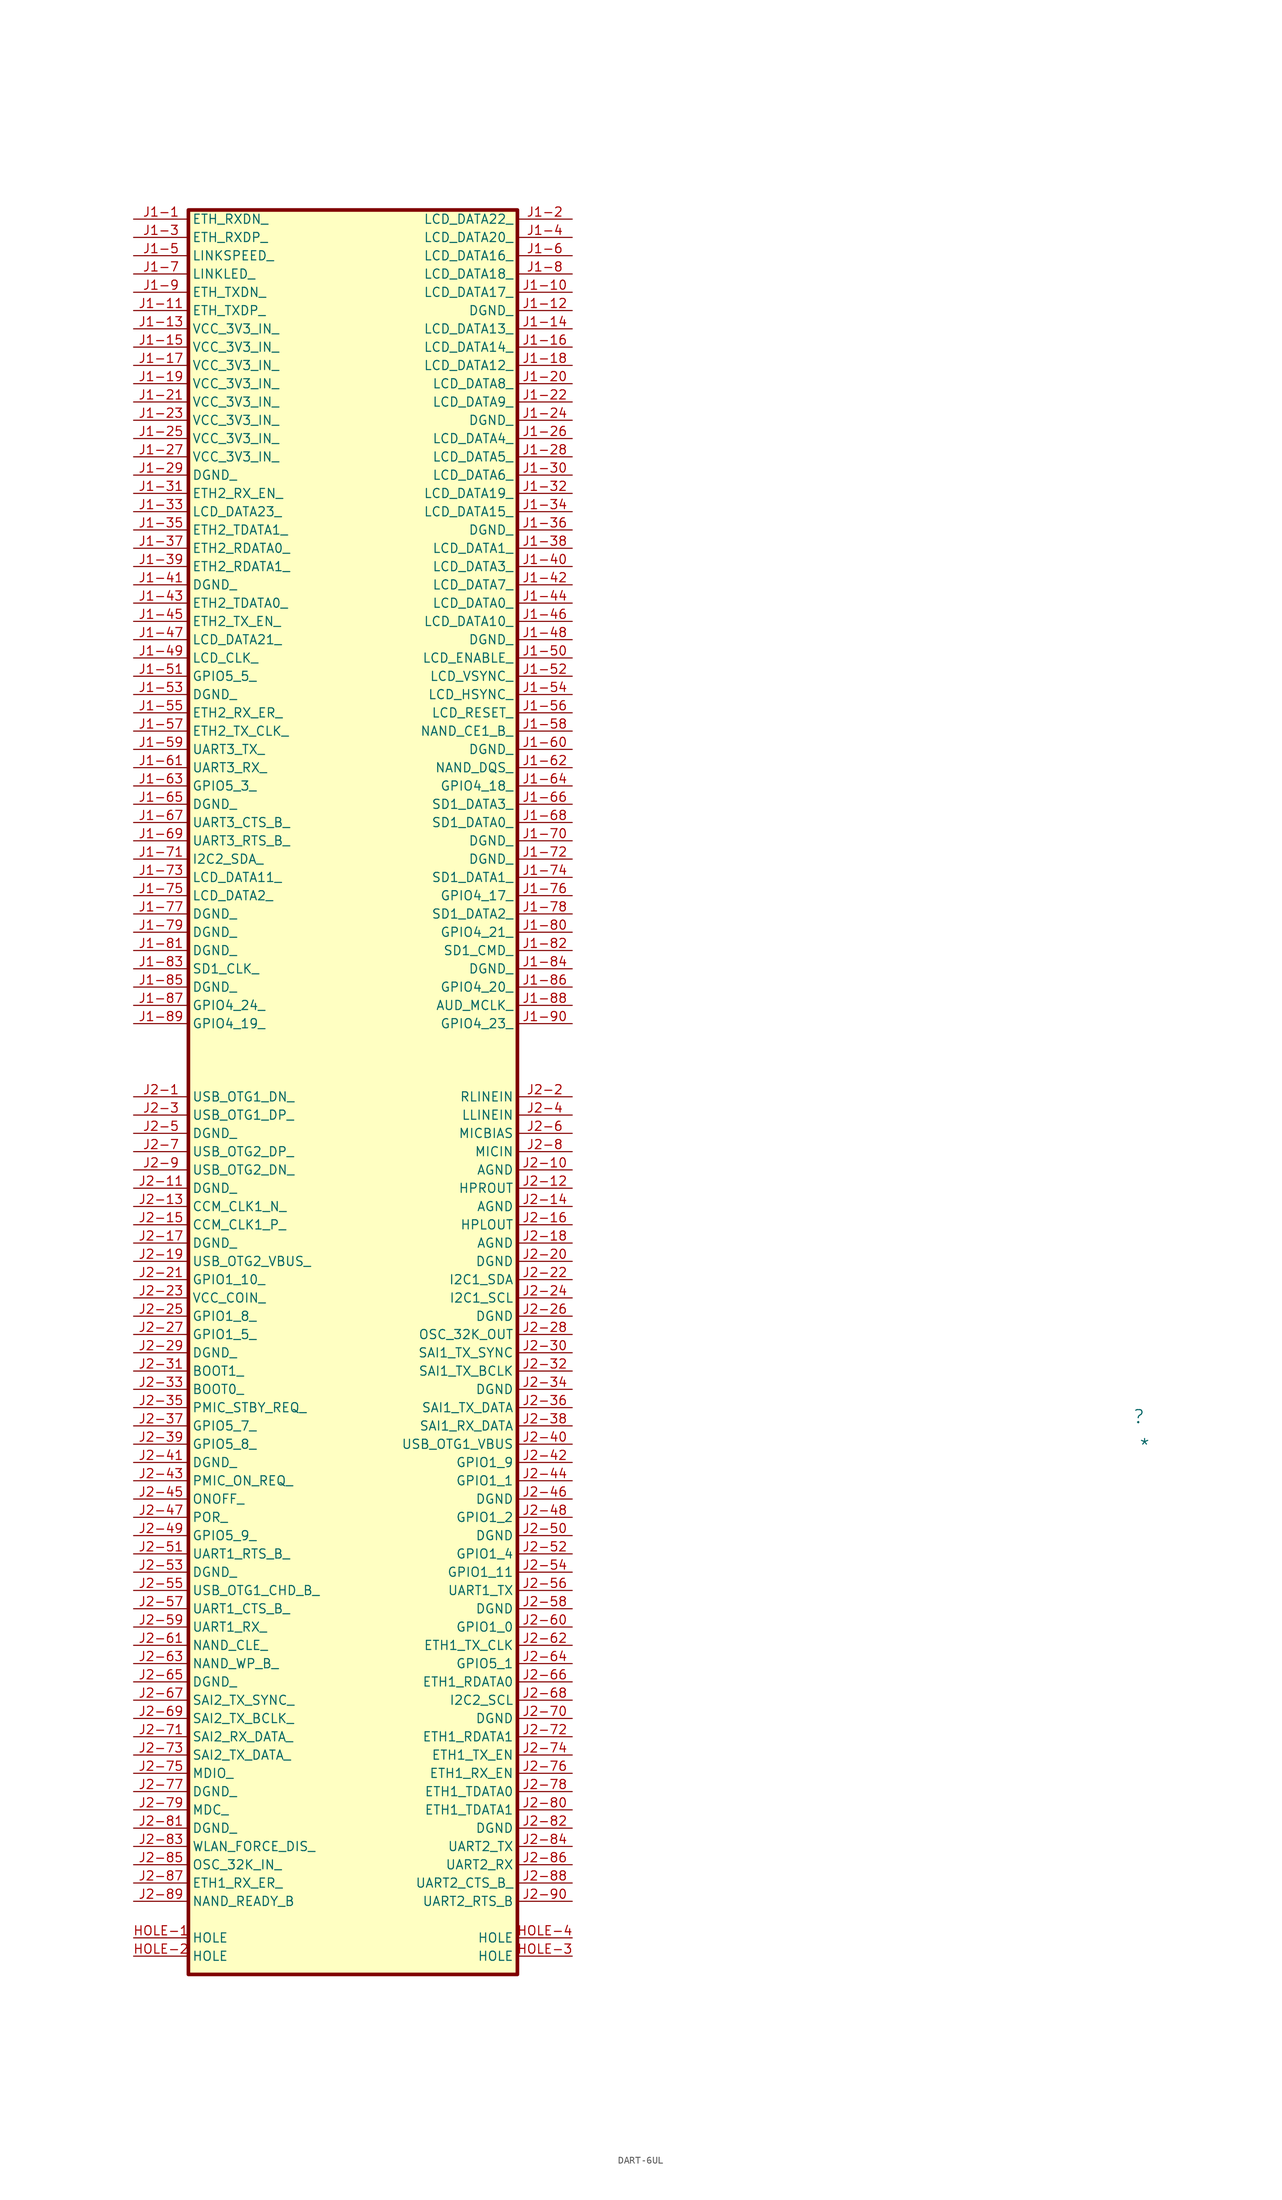
<source format=kicad_sym>
(kicad_symbol_lib
  (version 20241209)
  (generator "kicad_symbol_editor")
  (generator_version "9.0")
  (symbol "DART-6UL"
    (property "Reference" ""
      (at 7.62 1.27 0)
      (effects (font (size 1.829 1.829))))
    (property "Value" "*"
      (at 7.62 -3.81 0)
      (effects (font (size 1.829 1.829)) (justify left bottom)))
    (symbol "DART-6UL_1_0"
      (rectangle (start -78.74 168.91) (end -124.46 -76.2) (stroke (width 0.508) (type solid) (color 128 0 0 1)) (fill (type background)))
      (pin passive line (at -132.08 167.64 0) (length 7.62) (name "ETH_RXDN_" (effects (font (size 1.27 1.27)))) (number "J1-1" (effects (font (size 1.27 1.27)))))
      (pin passive line (at -132.08 165.1 0) (length 7.62) (name "ETH_RXDP_" (effects (font (size 1.27 1.27)))) (number "J1-3" (effects (font (size 1.27 1.27)))))
      (pin passive line (at -132.08 162.56 0) (length 7.62) (name "LINKSPEED_" (effects (font (size 1.27 1.27)))) (number "J1-5" (effects (font (size 1.27 1.27)))))
      (pin passive line (at -132.08 160.02 0) (length 7.62) (name "LINKLED_" (effects (font (size 1.27 1.27)))) (number "J1-7" (effects (font (size 1.27 1.27)))))
      (pin passive line (at -132.08 157.48 0) (length 7.62) (name "ETH_TXDN_" (effects (font (size 1.27 1.27)))) (number "J1-9" (effects (font (size 1.27 1.27)))))
      (pin passive line (at -132.08 154.94 0) (length 7.62) (name "ETH_TXDP_" (effects (font (size 1.27 1.27)))) (number "J1-11" (effects (font (size 1.27 1.27)))))
      (pin passive line (at -132.08 152.4 0) (length 7.62) (name "VCC_3V3_IN_" (effects (font (size 1.27 1.27)))) (number "J1-13" (effects (font (size 1.27 1.27)))))
      (pin passive line (at -132.08 149.86 0) (length 7.62) (name "VCC_3V3_IN_" (effects (font (size 1.27 1.27)))) (number "J1-15" (effects (font (size 1.27 1.27)))))
      (pin passive line (at -132.08 147.32 0) (length 7.62) (name "VCC_3V3_IN_" (effects (font (size 1.27 1.27)))) (number "J1-17" (effects (font (size 1.27 1.27)))))
      (pin passive line (at -132.08 144.78 0) (length 7.62) (name "VCC_3V3_IN_" (effects (font (size 1.27 1.27)))) (number "J1-19" (effects (font (size 1.27 1.27)))))
      (pin passive line (at -132.08 142.24 0) (length 7.62) (name "VCC_3V3_IN_" (effects (font (size 1.27 1.27)))) (number "J1-21" (effects (font (size 1.27 1.27)))))
      (pin passive line (at -132.08 139.7 0) (length 7.62) (name "VCC_3V3_IN_" (effects (font (size 1.27 1.27)))) (number "J1-23" (effects (font (size 1.27 1.27)))))
      (pin passive line (at -132.08 137.16 0) (length 7.62) (name "VCC_3V3_IN_" (effects (font (size 1.27 1.27)))) (number "J1-25" (effects (font (size 1.27 1.27)))))
      (pin passive line (at -132.08 134.62 0) (length 7.62) (name "VCC_3V3_IN_" (effects (font (size 1.27 1.27)))) (number "J1-27" (effects (font (size 1.27 1.27)))))
      (pin passive line (at -132.08 132.08 0) (length 7.62) (name "DGND_" (effects (font (size 1.27 1.27)))) (number "J1-29" (effects (font (size 1.27 1.27)))))
      (pin passive line (at -132.08 129.54 0) (length 7.62) (name "ETH2_RX_EN_" (effects (font (size 1.27 1.27)))) (number "J1-31" (effects (font (size 1.27 1.27)))))
      (pin passive line (at -132.08 127 0) (length 7.62) (name "LCD_DATA23_" (effects (font (size 1.27 1.27)))) (number "J1-33" (effects (font (size 1.27 1.27)))))
      (pin passive line (at -132.08 124.46 0) (length 7.62) (name "ETH2_TDATA1_" (effects (font (size 1.27 1.27)))) (number "J1-35" (effects (font (size 1.27 1.27)))))
      (pin passive line (at -132.08 121.92 0) (length 7.62) (name "ETH2_RDATA0_" (effects (font (size 1.27 1.27)))) (number "J1-37" (effects (font (size 1.27 1.27)))))
      (pin passive line (at -132.08 119.38 0) (length 7.62) (name "ETH2_RDATA1_" (effects (font (size 1.27 1.27)))) (number "J1-39" (effects (font (size 1.27 1.27)))))
      (pin passive line (at -132.08 116.84 0) (length 7.62) (name "DGND_" (effects (font (size 1.27 1.27)))) (number "J1-41" (effects (font (size 1.27 1.27)))))
      (pin passive line (at -132.08 114.3 0) (length 7.62) (name "ETH2_TDATA0_" (effects (font (size 1.27 1.27)))) (number "J1-43" (effects (font (size 1.27 1.27)))))
      (pin passive line (at -132.08 111.76 0) (length 7.62) (name "ETH2_TX_EN_" (effects (font (size 1.27 1.27)))) (number "J1-45" (effects (font (size 1.27 1.27)))))
      (pin passive line (at -132.08 109.22 0) (length 7.62) (name "LCD_DATA21_" (effects (font (size 1.27 1.27)))) (number "J1-47" (effects (font (size 1.27 1.27)))))
      (pin passive line (at -132.08 106.68 0) (length 7.62) (name "LCD_CLK_" (effects (font (size 1.27 1.27)))) (number "J1-49" (effects (font (size 1.27 1.27)))))
      (pin passive line (at -132.08 104.14 0) (length 7.62) (name "GPIO5_5_" (effects (font (size 1.27 1.27)))) (number "J1-51" (effects (font (size 1.27 1.27)))))
      (pin passive line (at -132.08 101.6 0) (length 7.62) (name "DGND_" (effects (font (size 1.27 1.27)))) (number "J1-53" (effects (font (size 1.27 1.27)))))
      (pin passive line (at -132.08 99.06 0) (length 7.62) (name "ETH2_RX_ER_" (effects (font (size 1.27 1.27)))) (number "J1-55" (effects (font (size 1.27 1.27)))))
      (pin passive line (at -132.08 96.52 0) (length 7.62) (name "ETH2_TX_CLK_" (effects (font (size 1.27 1.27)))) (number "J1-57" (effects (font (size 1.27 1.27)))))
      (pin passive line (at -132.08 93.98 0) (length 7.62) (name "UART3_TX_" (effects (font (size 1.27 1.27)))) (number "J1-59" (effects (font (size 1.27 1.27)))))
      (pin passive line (at -132.08 91.44 0) (length 7.62) (name "UART3_RX_" (effects (font (size 1.27 1.27)))) (number "J1-61" (effects (font (size 1.27 1.27)))))
      (pin passive line (at -132.08 88.9 0) (length 7.62) (name "GPIO5_3_" (effects (font (size 1.27 1.27)))) (number "J1-63" (effects (font (size 1.27 1.27)))))
      (pin passive line (at -132.08 86.36 0) (length 7.62) (name "DGND_" (effects (font (size 1.27 1.27)))) (number "J1-65" (effects (font (size 1.27 1.27)))))
      (pin passive line (at -132.08 83.82 0) (length 7.62) (name "UART3_CTS_B_" (effects (font (size 1.27 1.27)))) (number "J1-67" (effects (font (size 1.27 1.27)))))
      (pin passive line (at -132.08 81.28 0) (length 7.62) (name "UART3_RTS_B_" (effects (font (size 1.27 1.27)))) (number "J1-69" (effects (font (size 1.27 1.27)))))
      (pin passive line (at -132.08 78.74 0) (length 7.62) (name "I2C2_SDA_" (effects (font (size 1.27 1.27)))) (number "J1-71" (effects (font (size 1.27 1.27)))))
      (pin passive line (at -132.08 76.2 0) (length 7.62) (name "LCD_DATA11_" (effects (font (size 1.27 1.27)))) (number "J1-73" (effects (font (size 1.27 1.27)))))
      (pin passive line (at -132.08 73.66 0) (length 7.62) (name "LCD_DATA2_" (effects (font (size 1.27 1.27)))) (number "J1-75" (effects (font (size 1.27 1.27)))))
      (pin passive line (at -132.08 71.12 0) (length 7.62) (name "DGND_" (effects (font (size 1.27 1.27)))) (number "J1-77" (effects (font (size 1.27 1.27)))))
      (pin passive line (at -132.08 68.58 0) (length 7.62) (name "DGND_" (effects (font (size 1.27 1.27)))) (number "J1-79" (effects (font (size 1.27 1.27)))))
      (pin passive line (at -132.08 66.04 0) (length 7.62) (name "DGND_" (effects (font (size 1.27 1.27)))) (number "J1-81" (effects (font (size 1.27 1.27)))))
      (pin passive line (at -132.08 63.5 0) (length 7.62) (name "SD1_CLK_" (effects (font (size 1.27 1.27)))) (number "J1-83" (effects (font (size 1.27 1.27)))))
      (pin passive line (at -132.08 60.96 0) (length 7.62) (name "DGND_" (effects (font (size 1.27 1.27)))) (number "J1-85" (effects (font (size 1.27 1.27)))))
      (pin passive line (at -132.08 58.42 0) (length 7.62) (name "GPIO4_24_" (effects (font (size 1.27 1.27)))) (number "J1-87" (effects (font (size 1.27 1.27)))))
      (pin passive line (at -132.08 55.88 0) (length 7.62) (name "GPIO4_19_" (effects (font (size 1.27 1.27)))) (number "J1-89" (effects (font (size 1.27 1.27)))))
      (pin passive line (at -132.08 45.72 0) (length 7.62) (name "USB_OTG1_DN_" (effects (font (size 1.27 1.27)))) (number "J2-1" (effects (font (size 1.27 1.27)))))
      (pin passive line (at -132.08 43.18 0) (length 7.62) (name "USB_OTG1_DP_" (effects (font (size 1.27 1.27)))) (number "J2-3" (effects (font (size 1.27 1.27)))))
      (pin passive line (at -132.08 40.64 0) (length 7.62) (name "DGND_" (effects (font (size 1.27 1.27)))) (number "J2-5" (effects (font (size 1.27 1.27)))))
      (pin passive line (at -132.08 38.1 0) (length 7.62) (name "USB_OTG2_DP_" (effects (font (size 1.27 1.27)))) (number "J2-7" (effects (font (size 1.27 1.27)))))
      (pin passive line (at -132.08 35.56 0) (length 7.62) (name "USB_OTG2_DN_" (effects (font (size 1.27 1.27)))) (number "J2-9" (effects (font (size 1.27 1.27)))))
      (pin passive line (at -132.08 33.02 0) (length 7.62) (name "DGND_" (effects (font (size 1.27 1.27)))) (number "J2-11" (effects (font (size 1.27 1.27)))))
      (pin passive line (at -132.08 30.48 0) (length 7.62) (name "CCM_CLK1_N_" (effects (font (size 1.27 1.27)))) (number "J2-13" (effects (font (size 1.27 1.27)))))
      (pin passive line (at -132.08 27.94 0) (length 7.62) (name "CCM_CLK1_P_" (effects (font (size 1.27 1.27)))) (number "J2-15" (effects (font (size 1.27 1.27)))))
      (pin passive line (at -132.08 25.4 0) (length 7.62) (name "DGND_" (effects (font (size 1.27 1.27)))) (number "J2-17" (effects (font (size 1.27 1.27)))))
      (pin passive line (at -132.08 22.86 0) (length 7.62) (name "USB_OTG2_VBUS_" (effects (font (size 1.27 1.27)))) (number "J2-19" (effects (font (size 1.27 1.27)))))
      (pin passive line (at -132.08 20.32 0) (length 7.62) (name "GPIO1_10_" (effects (font (size 1.27 1.27)))) (number "J2-21" (effects (font (size 1.27 1.27)))))
      (pin passive line (at -132.08 17.78 0) (length 7.62) (name "VCC_COIN_" (effects (font (size 1.27 1.27)))) (number "J2-23" (effects (font (size 1.27 1.27)))))
      (pin passive line (at -132.08 15.24 0) (length 7.62) (name "GPIO1_8_" (effects (font (size 1.27 1.27)))) (number "J2-25" (effects (font (size 1.27 1.27)))))
      (pin passive line (at -132.08 12.7 0) (length 7.62) (name "GPIO1_5_" (effects (font (size 1.27 1.27)))) (number "J2-27" (effects (font (size 1.27 1.27)))))
      (pin passive line (at -132.08 10.16 0) (length 7.62) (name "DGND_" (effects (font (size 1.27 1.27)))) (number "J2-29" (effects (font (size 1.27 1.27)))))
      (pin passive line (at -132.08 7.62 0) (length 7.62) (name "BOOT1_" (effects (font (size 1.27 1.27)))) (number "J2-31" (effects (font (size 1.27 1.27)))))
      (pin passive line (at -132.08 5.08 0) (length 7.62) (name "BOOT0_" (effects (font (size 1.27 1.27)))) (number "J2-33" (effects (font (size 1.27 1.27)))))
      (pin passive line (at -132.08 2.54 0) (length 7.62) (name "PMIC_STBY_REQ_" (effects (font (size 1.27 1.27)))) (number "J2-35" (effects (font (size 1.27 1.27)))))
      (pin passive line (at -132.08 0 0) (length 7.62) (name "GPIO5_7_" (effects (font (size 1.27 1.27)))) (number "J2-37" (effects (font (size 1.27 1.27)))))
      (pin passive line (at -132.08 -2.54 0) (length 7.62) (name "GPIO5_8_" (effects (font (size 1.27 1.27)))) (number "J2-39" (effects (font (size 1.27 1.27)))))
      (pin passive line (at -132.08 -5.08 0) (length 7.62) (name "DGND_" (effects (font (size 1.27 1.27)))) (number "J2-41" (effects (font (size 1.27 1.27)))))
      (pin passive line (at -132.08 -7.62 0) (length 7.62) (name "PMIC_ON_REQ_" (effects (font (size 1.27 1.27)))) (number "J2-43" (effects (font (size 1.27 1.27)))))
      (pin passive line (at -132.08 -10.16 0) (length 7.62) (name "ONOFF_" (effects (font (size 1.27 1.27)))) (number "J2-45" (effects (font (size 1.27 1.27)))))
      (pin passive line (at -132.08 -12.7 0) (length 7.62) (name "POR_" (effects (font (size 1.27 1.27)))) (number "J2-47" (effects (font (size 1.27 1.27)))))
      (pin passive line (at -132.08 -15.24 0) (length 7.62) (name "GPIO5_9_" (effects (font (size 1.27 1.27)))) (number "J2-49" (effects (font (size 1.27 1.27)))))
      (pin passive line (at -132.08 -17.78 0) (length 7.62) (name "UART1_RTS_B_" (effects (font (size 1.27 1.27)))) (number "J2-51" (effects (font (size 1.27 1.27)))))
      (pin passive line (at -132.08 -20.32 0) (length 7.62) (name "DGND_" (effects (font (size 1.27 1.27)))) (number "J2-53" (effects (font (size 1.27 1.27)))))
      (pin passive line (at -132.08 -22.86 0) (length 7.62) (name "USB_OTG1_CHD_B_" (effects (font (size 1.27 1.27)))) (number "J2-55" (effects (font (size 1.27 1.27)))))
      (pin passive line (at -132.08 -25.4 0) (length 7.62) (name "UART1_CTS_B_" (effects (font (size 1.27 1.27)))) (number "J2-57" (effects (font (size 1.27 1.27)))))
      (pin passive line (at -132.08 -27.94 0) (length 7.62) (name "UART1_RX_" (effects (font (size 1.27 1.27)))) (number "J2-59" (effects (font (size 1.27 1.27)))))
      (pin passive line (at -132.08 -30.48 0) (length 7.62) (name "NAND_CLE_" (effects (font (size 1.27 1.27)))) (number "J2-61" (effects (font (size 1.27 1.27)))))
      (pin passive line (at -132.08 -33.02 0) (length 7.62) (name "NAND_WP_B_" (effects (font (size 1.27 1.27)))) (number "J2-63" (effects (font (size 1.27 1.27)))))
      (pin passive line (at -132.08 -35.56 0) (length 7.62) (name "DGND_" (effects (font (size 1.27 1.27)))) (number "J2-65" (effects (font (size 1.27 1.27)))))
      (pin passive line (at -132.08 -38.1 0) (length 7.62) (name "SAI2_TX_SYNC_" (effects (font (size 1.27 1.27)))) (number "J2-67" (effects (font (size 1.27 1.27)))))
      (pin passive line (at -132.08 -40.64 0) (length 7.62) (name "SAI2_TX_BCLK_" (effects (font (size 1.27 1.27)))) (number "J2-69" (effects (font (size 1.27 1.27)))))
      (pin passive line (at -132.08 -43.18 0) (length 7.62) (name "SAI2_RX_DATA_" (effects (font (size 1.27 1.27)))) (number "J2-71" (effects (font (size 1.27 1.27)))))
      (pin passive line (at -132.08 -45.72 0) (length 7.62) (name "SAI2_TX_DATA_" (effects (font (size 1.27 1.27)))) (number "J2-73" (effects (font (size 1.27 1.27)))))
      (pin passive line (at -132.08 -48.26 0) (length 7.62) (name "MDIO_" (effects (font (size 1.27 1.27)))) (number "J2-75" (effects (font (size 1.27 1.27)))))
      (pin passive line (at -132.08 -50.8 0) (length 7.62) (name "DGND_" (effects (font (size 1.27 1.27)))) (number "J2-77" (effects (font (size 1.27 1.27)))))
      (pin passive line (at -132.08 -53.34 0) (length 7.62) (name "MDC_" (effects (font (size 1.27 1.27)))) (number "J2-79" (effects (font (size 1.27 1.27)))))
      (pin passive line (at -132.08 -55.88 0) (length 7.62) (name "DGND_" (effects (font (size 1.27 1.27)))) (number "J2-81" (effects (font (size 1.27 1.27)))))
      (pin passive line (at -132.08 -58.42 0) (length 7.62) (name "WLAN_FORCE_DIS_" (effects (font (size 1.27 1.27)))) (number "J2-83" (effects (font (size 1.27 1.27)))))
      (pin passive line (at -132.08 -60.96 0) (length 7.62) (name "OSC_32K_IN_" (effects (font (size 1.27 1.27)))) (number "J2-85" (effects (font (size 1.27 1.27)))))
      (pin passive line (at -132.08 -63.5 0) (length 7.62) (name "ETH1_RX_ER_" (effects (font (size 1.27 1.27)))) (number "J2-87" (effects (font (size 1.27 1.27)))))
      (pin passive line (at -132.08 -66.04 0) (length 7.62) (name "NAND_READY_B" (effects (font (size 1.27 1.27)))) (number "J2-89" (effects (font (size 1.27 1.27)))))
      (pin passive line (at -132.08 -71.12 0) (length 7.62) (name "HOLE" (effects (font (size 1.27 1.27)))) (number "HOLE-1" (effects (font (size 1.27 1.27)))))
      (pin passive line (at -132.08 -73.66 0) (length 7.62) (name "HOLE" (effects (font (size 1.27 1.27)))) (number "HOLE-2" (effects (font (size 1.27 1.27)))))
      (pin passive line (at -71.12 167.64 180) (length 7.62) (name "LCD_DATA22_" (effects (font (size 1.27 1.27)))) (number "J1-2" (effects (font (size 1.27 1.27)))))
      (pin passive line (at -71.12 165.1 180) (length 7.62) (name "LCD_DATA20_" (effects (font (size 1.27 1.27)))) (number "J1-4" (effects (font (size 1.27 1.27)))))
      (pin passive line (at -71.12 162.56 180) (length 7.62) (name "LCD_DATA16_" (effects (font (size 1.27 1.27)))) (number "J1-6" (effects (font (size 1.27 1.27)))))
      (pin passive line (at -71.12 160.02 180) (length 7.62) (name "LCD_DATA18_" (effects (font (size 1.27 1.27)))) (number "J1-8" (effects (font (size 1.27 1.27)))))
      (pin passive line (at -71.12 157.48 180) (length 7.62) (name "LCD_DATA17_" (effects (font (size 1.27 1.27)))) (number "J1-10" (effects (font (size 1.27 1.27)))))
      (pin passive line (at -71.12 154.94 180) (length 7.62) (name "DGND_" (effects (font (size 1.27 1.27)))) (number "J1-12" (effects (font (size 1.27 1.27)))))
      (pin passive line (at -71.12 152.4 180) (length 7.62) (name "LCD_DATA13_" (effects (font (size 1.27 1.27)))) (number "J1-14" (effects (font (size 1.27 1.27)))))
      (pin passive line (at -71.12 149.86 180) (length 7.62) (name "LCD_DATA14_" (effects (font (size 1.27 1.27)))) (number "J1-16" (effects (font (size 1.27 1.27)))))
      (pin passive line (at -71.12 147.32 180) (length 7.62) (name "LCD_DATA12_" (effects (font (size 1.27 1.27)))) (number "J1-18" (effects (font (size 1.27 1.27)))))
      (pin passive line (at -71.12 144.78 180) (length 7.62) (name "LCD_DATA8_" (effects (font (size 1.27 1.27)))) (number "J1-20" (effects (font (size 1.27 1.27)))))
      (pin passive line (at -71.12 142.24 180) (length 7.62) (name "LCD_DATA9_" (effects (font (size 1.27 1.27)))) (number "J1-22" (effects (font (size 1.27 1.27)))))
      (pin passive line (at -71.12 139.7 180) (length 7.62) (name "DGND_" (effects (font (size 1.27 1.27)))) (number "J1-24" (effects (font (size 1.27 1.27)))))
      (pin passive line (at -71.12 137.16 180) (length 7.62) (name "LCD_DATA4_" (effects (font (size 1.27 1.27)))) (number "J1-26" (effects (font (size 1.27 1.27)))))
      (pin passive line (at -71.12 134.62 180) (length 7.62) (name "LCD_DATA5_" (effects (font (size 1.27 1.27)))) (number "J1-28" (effects (font (size 1.27 1.27)))))
      (pin passive line (at -71.12 132.08 180) (length 7.62) (name "LCD_DATA6_" (effects (font (size 1.27 1.27)))) (number "J1-30" (effects (font (size 1.27 1.27)))))
      (pin passive line (at -71.12 129.54 180) (length 7.62) (name "LCD_DATA19_" (effects (font (size 1.27 1.27)))) (number "J1-32" (effects (font (size 1.27 1.27)))))
      (pin passive line (at -71.12 127 180) (length 7.62) (name "LCD_DATA15_" (effects (font (size 1.27 1.27)))) (number "J1-34" (effects (font (size 1.27 1.27)))))
      (pin passive line (at -71.12 124.46 180) (length 7.62) (name "DGND_" (effects (font (size 1.27 1.27)))) (number "J1-36" (effects (font (size 1.27 1.27)))))
      (pin passive line (at -71.12 121.92 180) (length 7.62) (name "LCD_DATA1_" (effects (font (size 1.27 1.27)))) (number "J1-38" (effects (font (size 1.27 1.27)))))
      (pin passive line (at -71.12 119.38 180) (length 7.62) (name "LCD_DATA3_" (effects (font (size 1.27 1.27)))) (number "J1-40" (effects (font (size 1.27 1.27)))))
      (pin passive line (at -71.12 116.84 180) (length 7.62) (name "LCD_DATA7_" (effects (font (size 1.27 1.27)))) (number "J1-42" (effects (font (size 1.27 1.27)))))
      (pin passive line (at -71.12 114.3 180) (length 7.62) (name "LCD_DATA0_" (effects (font (size 1.27 1.27)))) (number "J1-44" (effects (font (size 1.27 1.27)))))
      (pin passive line (at -71.12 111.76 180) (length 7.62) (name "LCD_DATA10_" (effects (font (size 1.27 1.27)))) (number "J1-46" (effects (font (size 1.27 1.27)))))
      (pin passive line (at -71.12 109.22 180) (length 7.62) (name "DGND_" (effects (font (size 1.27 1.27)))) (number "J1-48" (effects (font (size 1.27 1.27)))))
      (pin passive line (at -71.12 106.68 180) (length 7.62) (name "LCD_ENABLE_" (effects (font (size 1.27 1.27)))) (number "J1-50" (effects (font (size 1.27 1.27)))))
      (pin passive line (at -71.12 104.14 180) (length 7.62) (name "LCD_VSYNC_" (effects (font (size 1.27 1.27)))) (number "J1-52" (effects (font (size 1.27 1.27)))))
      (pin passive line (at -71.12 101.6 180) (length 7.62) (name "LCD_HSYNC_" (effects (font (size 1.27 1.27)))) (number "J1-54" (effects (font (size 1.27 1.27)))))
      (pin passive line (at -71.12 99.06 180) (length 7.62) (name "LCD_RESET_" (effects (font (size 1.27 1.27)))) (number "J1-56" (effects (font (size 1.27 1.27)))))
      (pin passive line (at -71.12 96.52 180) (length 7.62) (name "NAND_CE1_B_" (effects (font (size 1.27 1.27)))) (number "J1-58" (effects (font (size 1.27 1.27)))))
      (pin passive line (at -71.12 93.98 180) (length 7.62) (name "DGND_" (effects (font (size 1.27 1.27)))) (number "J1-60" (effects (font (size 1.27 1.27)))))
      (pin passive line (at -71.12 91.44 180) (length 7.62) (name "NAND_DQS_" (effects (font (size 1.27 1.27)))) (number "J1-62" (effects (font (size 1.27 1.27)))))
      (pin passive line (at -71.12 88.9 180) (length 7.62) (name "GPIO4_18_" (effects (font (size 1.27 1.27)))) (number "J1-64" (effects (font (size 1.27 1.27)))))
      (pin passive line (at -71.12 86.36 180) (length 7.62) (name "SD1_DATA3_" (effects (font (size 1.27 1.27)))) (number "J1-66" (effects (font (size 1.27 1.27)))))
      (pin passive line (at -71.12 83.82 180) (length 7.62) (name "SD1_DATA0_" (effects (font (size 1.27 1.27)))) (number "J1-68" (effects (font (size 1.27 1.27)))))
      (pin passive line (at -71.12 81.28 180) (length 7.62) (name "DGND_" (effects (font (size 1.27 1.27)))) (number "J1-70" (effects (font (size 1.27 1.27)))))
      (pin passive line (at -71.12 78.74 180) (length 7.62) (name "DGND_" (effects (font (size 1.27 1.27)))) (number "J1-72" (effects (font (size 1.27 1.27)))))
      (pin passive line (at -71.12 76.2 180) (length 7.62) (name "SD1_DATA1_" (effects (font (size 1.27 1.27)))) (number "J1-74" (effects (font (size 1.27 1.27)))))
      (pin passive line (at -71.12 73.66 180) (length 7.62) (name "GPIO4_17_" (effects (font (size 1.27 1.27)))) (number "J1-76" (effects (font (size 1.27 1.27)))))
      (pin passive line (at -71.12 71.12 180) (length 7.62) (name "SD1_DATA2_" (effects (font (size 1.27 1.27)))) (number "J1-78" (effects (font (size 1.27 1.27)))))
      (pin passive line (at -71.12 68.58 180) (length 7.62) (name "GPIO4_21_" (effects (font (size 1.27 1.27)))) (number "J1-80" (effects (font (size 1.27 1.27)))))
      (pin passive line (at -71.12 66.04 180) (length 7.62) (name "SD1_CMD_" (effects (font (size 1.27 1.27)))) (number "J1-82" (effects (font (size 1.27 1.27)))))
      (pin passive line (at -71.12 63.5 180) (length 7.62) (name "DGND_" (effects (font (size 1.27 1.27)))) (number "J1-84" (effects (font (size 1.27 1.27)))))
      (pin passive line (at -71.12 60.96 180) (length 7.62) (name "GPIO4_20_" (effects (font (size 1.27 1.27)))) (number "J1-86" (effects (font (size 1.27 1.27)))))
      (pin passive line (at -71.12 58.42 180) (length 7.62) (name "AUD_MCLK_" (effects (font (size 1.27 1.27)))) (number "J1-88" (effects (font (size 1.27 1.27)))))
      (pin passive line (at -71.12 55.88 180) (length 7.62) (name "GPIO4_23_" (effects (font (size 1.27 1.27)))) (number "J1-90" (effects (font (size 1.27 1.27)))))
      (pin passive line (at -71.12 45.72 180) (length 7.62) (name "RLINEIN" (effects (font (size 1.27 1.27)))) (number "J2-2" (effects (font (size 1.27 1.27)))))
      (pin passive line (at -71.12 43.18 180) (length 7.62) (name "LLINEIN" (effects (font (size 1.27 1.27)))) (number "J2-4" (effects (font (size 1.27 1.27)))))
      (pin passive line (at -71.12 40.64 180) (length 7.62) (name "MICBIAS" (effects (font (size 1.27 1.27)))) (number "J2-6" (effects (font (size 1.27 1.27)))))
      (pin passive line (at -71.12 38.1 180) (length 7.62) (name "MICIN" (effects (font (size 1.27 1.27)))) (number "J2-8" (effects (font (size 1.27 1.27)))))
      (pin passive line (at -71.12 35.56 180) (length 7.62) (name "AGND" (effects (font (size 1.27 1.27)))) (number "J2-10" (effects (font (size 1.27 1.27)))))
      (pin passive line (at -71.12 33.02 180) (length 7.62) (name "HPROUT" (effects (font (size 1.27 1.27)))) (number "J2-12" (effects (font (size 1.27 1.27)))))
      (pin passive line (at -71.12 30.48 180) (length 7.62) (name "AGND" (effects (font (size 1.27 1.27)))) (number "J2-14" (effects (font (size 1.27 1.27)))))
      (pin passive line (at -71.12 27.94 180) (length 7.62) (name "HPLOUT" (effects (font (size 1.27 1.27)))) (number "J2-16" (effects (font (size 1.27 1.27)))))
      (pin passive line (at -71.12 25.4 180) (length 7.62) (name "AGND" (effects (font (size 1.27 1.27)))) (number "J2-18" (effects (font (size 1.27 1.27)))))
      (pin passive line (at -71.12 22.86 180) (length 7.62) (name "DGND" (effects (font (size 1.27 1.27)))) (number "J2-20" (effects (font (size 1.27 1.27)))))
      (pin passive line (at -71.12 20.32 180) (length 7.62) (name "I2C1_SDA" (effects (font (size 1.27 1.27)))) (number "J2-22" (effects (font (size 1.27 1.27)))))
      (pin passive line (at -71.12 17.78 180) (length 7.62) (name "I2C1_SCL" (effects (font (size 1.27 1.27)))) (number "J2-24" (effects (font (size 1.27 1.27)))))
      (pin passive line (at -71.12 15.24 180) (length 7.62) (name "DGND" (effects (font (size 1.27 1.27)))) (number "J2-26" (effects (font (size 1.27 1.27)))))
      (pin passive line (at -71.12 12.7 180) (length 7.62) (name "OSC_32K_OUT" (effects (font (size 1.27 1.27)))) (number "J2-28" (effects (font (size 1.27 1.27)))))
      (pin passive line (at -71.12 10.16 180) (length 7.62) (name "SAI1_TX_SYNC" (effects (font (size 1.27 1.27)))) (number "J2-30" (effects (font (size 1.27 1.27)))))
      (pin passive line (at -71.12 7.62 180) (length 7.62) (name "SAI1_TX_BCLK" (effects (font (size 1.27 1.27)))) (number "J2-32" (effects (font (size 1.27 1.27)))))
      (pin passive line (at -71.12 5.08 180) (length 7.62) (name "DGND" (effects (font (size 1.27 1.27)))) (number "J2-34" (effects (font (size 1.27 1.27)))))
      (pin passive line (at -71.12 2.54 180) (length 7.62) (name "SAI1_TX_DATA" (effects (font (size 1.27 1.27)))) (number "J2-36" (effects (font (size 1.27 1.27)))))
      (pin passive line (at -71.12 0 180) (length 7.62) (name "SAI1_RX_DATA" (effects (font (size 1.27 1.27)))) (number "J2-38" (effects (font (size 1.27 1.27)))))
      (pin passive line (at -71.12 -2.54 180) (length 7.62) (name "USB_OTG1_VBUS" (effects (font (size 1.27 1.27)))) (number "J2-40" (effects (font (size 1.27 1.27)))))
      (pin passive line (at -71.12 -5.08 180) (length 7.62) (name "GPIO1_9" (effects (font (size 1.27 1.27)))) (number "J2-42" (effects (font (size 1.27 1.27)))))
      (pin passive line (at -71.12 -7.62 180) (length 7.62) (name "GPIO1_1" (effects (font (size 1.27 1.27)))) (number "J2-44" (effects (font (size 1.27 1.27)))))
      (pin passive line (at -71.12 -10.16 180) (length 7.62) (name "DGND" (effects (font (size 1.27 1.27)))) (number "J2-46" (effects (font (size 1.27 1.27)))))
      (pin passive line (at -71.12 -12.7 180) (length 7.62) (name "GPIO1_2" (effects (font (size 1.27 1.27)))) (number "J2-48" (effects (font (size 1.27 1.27)))))
      (pin passive line (at -71.12 -15.24 180) (length 7.62) (name "DGND" (effects (font (size 1.27 1.27)))) (number "J2-50" (effects (font (size 1.27 1.27)))))
      (pin passive line (at -71.12 -17.78 180) (length 7.62) (name "GPIO1_4" (effects (font (size 1.27 1.27)))) (number "J2-52" (effects (font (size 1.27 1.27)))))
      (pin passive line (at -71.12 -20.32 180) (length 7.62) (name "GPIO1_11" (effects (font (size 1.27 1.27)))) (number "J2-54" (effects (font (size 1.27 1.27)))))
      (pin passive line (at -71.12 -22.86 180) (length 7.62) (name "UART1_TX" (effects (font (size 1.27 1.27)))) (number "J2-56" (effects (font (size 1.27 1.27)))))
      (pin passive line (at -71.12 -25.4 180) (length 7.62) (name "DGND" (effects (font (size 1.27 1.27)))) (number "J2-58" (effects (font (size 1.27 1.27)))))
      (pin passive line (at -71.12 -27.94 180) (length 7.62) (name "GPIO1_0" (effects (font (size 1.27 1.27)))) (number "J2-60" (effects (font (size 1.27 1.27)))))
      (pin passive line (at -71.12 -30.48 180) (length 7.62) (name "ETH1_TX_CLK" (effects (font (size 1.27 1.27)))) (number "J2-62" (effects (font (size 1.27 1.27)))))
      (pin passive line (at -71.12 -33.02 180) (length 7.62) (name "GPIO5_1" (effects (font (size 1.27 1.27)))) (number "J2-64" (effects (font (size 1.27 1.27)))))
      (pin passive line (at -71.12 -35.56 180) (length 7.62) (name "ETH1_RDATA0" (effects (font (size 1.27 1.27)))) (number "J2-66" (effects (font (size 1.27 1.27)))))
      (pin passive line (at -71.12 -38.1 180) (length 7.62) (name "I2C2_SCL" (effects (font (size 1.27 1.27)))) (number "J2-68" (effects (font (size 1.27 1.27)))))
      (pin passive line (at -71.12 -40.64 180) (length 7.62) (name "DGND" (effects (font (size 1.27 1.27)))) (number "J2-70" (effects (font (size 1.27 1.27)))))
      (pin passive line (at -71.12 -43.18 180) (length 7.62) (name "ETH1_RDATA1" (effects (font (size 1.27 1.27)))) (number "J2-72" (effects (font (size 1.27 1.27)))))
      (pin passive line (at -71.12 -45.72 180) (length 7.62) (name "ETH1_TX_EN" (effects (font (size 1.27 1.27)))) (number "J2-74" (effects (font (size 1.27 1.27)))))
      (pin passive line (at -71.12 -48.26 180) (length 7.62) (name "ETH1_RX_EN" (effects (font (size 1.27 1.27)))) (number "J2-76" (effects (font (size 1.27 1.27)))))
      (pin passive line (at -71.12 -50.8 180) (length 7.62) (name "ETH1_TDATA0" (effects (font (size 1.27 1.27)))) (number "J2-78" (effects (font (size 1.27 1.27)))))
      (pin passive line (at -71.12 -53.34 180) (length 7.62) (name "ETH1_TDATA1" (effects (font (size 1.27 1.27)))) (number "J2-80" (effects (font (size 1.27 1.27)))))
      (pin passive line (at -71.12 -55.88 180) (length 7.62) (name "DGND" (effects (font (size 1.27 1.27)))) (number "J2-82" (effects (font (size 1.27 1.27)))))
      (pin passive line (at -71.12 -58.42 180) (length 7.62) (name "UART2_TX" (effects (font (size 1.27 1.27)))) (number "J2-84" (effects (font (size 1.27 1.27)))))
      (pin passive line (at -71.12 -60.96 180) (length 7.62) (name "UART2_RX" (effects (font (size 1.27 1.27)))) (number "J2-86" (effects (font (size 1.27 1.27)))))
      (pin passive line (at -71.12 -63.5 180) (length 7.62) (name "UART2_CTS_B_" (effects (font (size 1.27 1.27)))) (number "J2-88" (effects (font (size 1.27 1.27)))))
      (pin passive line (at -71.12 -66.04 180) (length 7.62) (name "UART2_RTS_B" (effects (font (size 1.27 1.27)))) (number "J2-90" (effects (font (size 1.27 1.27)))))
      (pin passive line (at -71.12 -71.12 180) (length 7.62) (name "HOLE" (effects (font (size 1.27 1.27)))) (number "HOLE-4" (effects (font (size 1.27 1.27)))))
      (pin passive line (at -71.12 -73.66 180) (length 7.62) (name "HOLE" (effects (font (size 1.27 1.27)))) (number "HOLE-3" (effects (font (size 1.27 1.27))))))))
</source>
